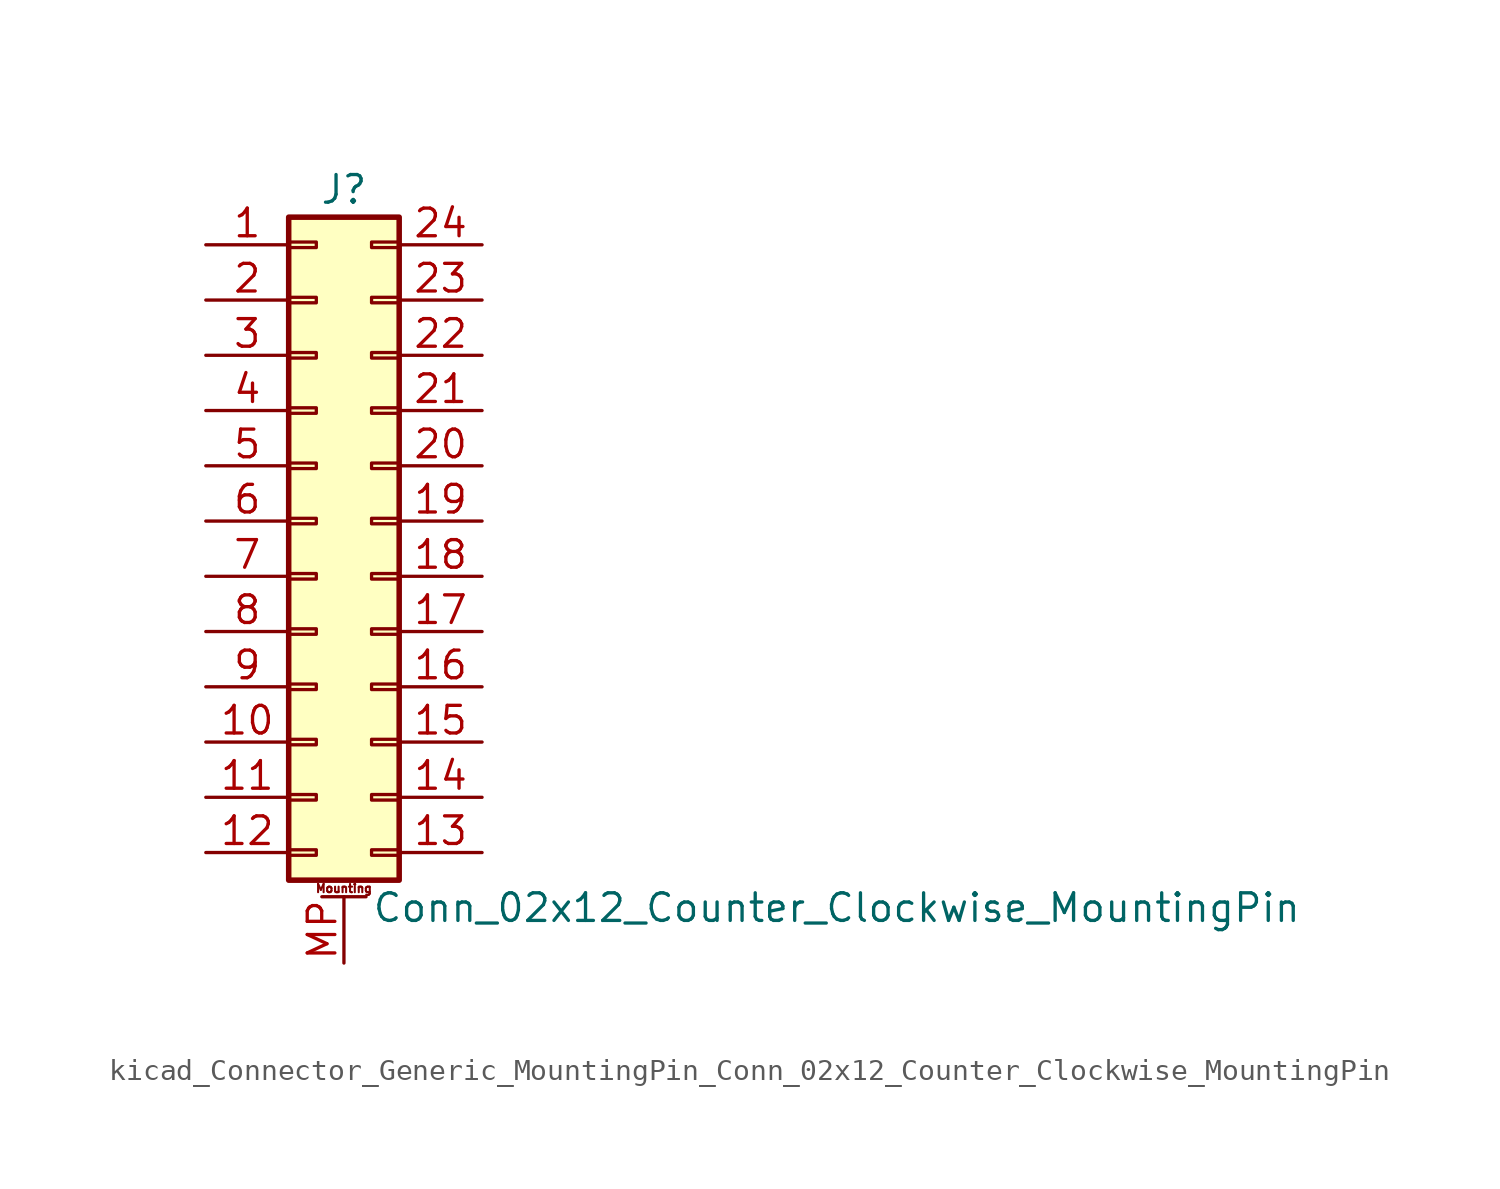
<source format=kicad_sym>
(kicad_symbol_lib
  (version 20220914)
  (generator kicad_symbol_editor)
  (symbol "kicad_Connector_Generic_MountingPin_Conn_02x12_Counter_Clockwise_MountingPin"
    (pin_names
      (offset 1.016) hide)
    (property "Reference" "J"
      (at 1.27 15.24 0)
      (effects (font (size 1.27 1.27))))
    (property "Value" "Conn_02x12_Counter_Clockwise_MountingPin"
      (at 2.54 -17.78 0)
      (effects (font (size 1.27 1.27)) (justify left)))
    (symbol "kicad_Connector_Generic_MountingPin_Conn_02x12_Counter_Clockwise_MountingPin_1_1"
      (rectangle (start -1.27 -15.113) (end 0 -15.367) (stroke (width 0.152) (type default)) (fill (type none)))
      (rectangle (start -1.27 -12.573) (end 0 -12.827) (stroke (width 0.152) (type default)) (fill (type none)))
      (rectangle (start -1.27 -10.033) (end 0 -10.287) (stroke (width 0.152) (type default)) (fill (type none)))
      (rectangle (start -1.27 -7.493) (end 0 -7.747) (stroke (width 0.152) (type default)) (fill (type none)))
      (rectangle (start -1.27 -4.953) (end 0 -5.207) (stroke (width 0.152) (type default)) (fill (type none)))
      (rectangle (start -1.27 -2.413) (end 0 -2.667) (stroke (width 0.152) (type default)) (fill (type none)))
      (rectangle (start -1.27 0.127) (end 0 -0.127) (stroke (width 0.152) (type default)) (fill (type none)))
      (rectangle (start -1.27 2.667) (end 0 2.413) (stroke (width 0.152) (type default)) (fill (type none)))
      (rectangle (start -1.27 5.207) (end 0 4.953) (stroke (width 0.152) (type default)) (fill (type none)))
      (rectangle (start -1.27 7.747) (end 0 7.493) (stroke (width 0.152) (type default)) (fill (type none)))
      (rectangle (start -1.27 10.287) (end 0 10.033) (stroke (width 0.152) (type default)) (fill (type none)))
      (rectangle (start -1.27 12.827) (end 0 12.573) (stroke (width 0.152) (type default)) (fill (type none)))
      (rectangle (start -1.27 13.97) (end 3.81 -16.51) (stroke (width 0.254) (type default)) (fill (type background)))
      (polyline (pts (xy 0.254 -17.272) (xy 2.286 -17.272)) (stroke (width 0.152) (type default)) (fill (type none)))
      (rectangle (start 3.81 -15.113) (end 2.54 -15.367) (stroke (width 0.152) (type default)) (fill (type none)))
      (rectangle (start 3.81 -12.573) (end 2.54 -12.827) (stroke (width 0.152) (type default)) (fill (type none)))
      (rectangle (start 3.81 -10.033) (end 2.54 -10.287) (stroke (width 0.152) (type default)) (fill (type none)))
      (rectangle (start 3.81 -7.493) (end 2.54 -7.747) (stroke (width 0.152) (type default)) (fill (type none)))
      (rectangle (start 3.81 -4.953) (end 2.54 -5.207) (stroke (width 0.152) (type default)) (fill (type none)))
      (rectangle (start 3.81 -2.413) (end 2.54 -2.667) (stroke (width 0.152) (type default)) (fill (type none)))
      (rectangle (start 3.81 0.127) (end 2.54 -0.127) (stroke (width 0.152) (type default)) (fill (type none)))
      (rectangle (start 3.81 2.667) (end 2.54 2.413) (stroke (width 0.152) (type default)) (fill (type none)))
      (rectangle (start 3.81 5.207) (end 2.54 4.953) (stroke (width 0.152) (type default)) (fill (type none)))
      (rectangle (start 3.81 7.747) (end 2.54 7.493) (stroke (width 0.152) (type default)) (fill (type none)))
      (rectangle (start 3.81 10.287) (end 2.54 10.033) (stroke (width 0.152) (type default)) (fill (type none)))
      (rectangle (start 3.81 12.827) (end 2.54 12.573) (stroke (width 0.152) (type default)) (fill (type none)))
      (text "Mounting" (at 1.27 -16.891 0) (effects (font (size 0.381 0.381))))
      (pin passive line (at -5.08 12.7 0) (length 3.81) (name "Pin_1" (effects (font (size 1.27 1.27)))) (number "1" (effects (font (size 1.27 1.27)))))
      (pin passive line (at -5.08 -10.16 0) (length 3.81) (name "Pin_10" (effects (font (size 1.27 1.27)))) (number "10" (effects (font (size 1.27 1.27)))))
      (pin passive line (at -5.08 -12.7 0) (length 3.81) (name "Pin_11" (effects (font (size 1.27 1.27)))) (number "11" (effects (font (size 1.27 1.27)))))
      (pin passive line (at -5.08 -15.24 0) (length 3.81) (name "Pin_12" (effects (font (size 1.27 1.27)))) (number "12" (effects (font (size 1.27 1.27)))))
      (pin passive line (at 7.62 -15.24 180) (length 3.81) (name "Pin_13" (effects (font (size 1.27 1.27)))) (number "13" (effects (font (size 1.27 1.27)))))
      (pin passive line (at 7.62 -12.7 180) (length 3.81) (name "Pin_14" (effects (font (size 1.27 1.27)))) (number "14" (effects (font (size 1.27 1.27)))))
      (pin passive line (at 7.62 -10.16 180) (length 3.81) (name "Pin_15" (effects (font (size 1.27 1.27)))) (number "15" (effects (font (size 1.27 1.27)))))
      (pin passive line (at 7.62 -7.62 180) (length 3.81) (name "Pin_16" (effects (font (size 1.27 1.27)))) (number "16" (effects (font (size 1.27 1.27)))))
      (pin passive line (at 7.62 -5.08 180) (length 3.81) (name "Pin_17" (effects (font (size 1.27 1.27)))) (number "17" (effects (font (size 1.27 1.27)))))
      (pin passive line (at 7.62 -2.54 180) (length 3.81) (name "Pin_18" (effects (font (size 1.27 1.27)))) (number "18" (effects (font (size 1.27 1.27)))))
      (pin passive line (at 7.62 0 180) (length 3.81) (name "Pin_19" (effects (font (size 1.27 1.27)))) (number "19" (effects (font (size 1.27 1.27)))))
      (pin passive line (at -5.08 10.16 0) (length 3.81) (name "Pin_2" (effects (font (size 1.27 1.27)))) (number "2" (effects (font (size 1.27 1.27)))))
      (pin passive line (at 7.62 2.54 180) (length 3.81) (name "Pin_20" (effects (font (size 1.27 1.27)))) (number "20" (effects (font (size 1.27 1.27)))))
      (pin passive line (at 7.62 5.08 180) (length 3.81) (name "Pin_21" (effects (font (size 1.27 1.27)))) (number "21" (effects (font (size 1.27 1.27)))))
      (pin passive line (at 7.62 7.62 180) (length 3.81) (name "Pin_22" (effects (font (size 1.27 1.27)))) (number "22" (effects (font (size 1.27 1.27)))))
      (pin passive line (at 7.62 10.16 180) (length 3.81) (name "Pin_23" (effects (font (size 1.27 1.27)))) (number "23" (effects (font (size 1.27 1.27)))))
      (pin passive line (at 7.62 12.7 180) (length 3.81) (name "Pin_24" (effects (font (size 1.27 1.27)))) (number "24" (effects (font (size 1.27 1.27)))))
      (pin passive line (at -5.08 7.62 0) (length 3.81) (name "Pin_3" (effects (font (size 1.27 1.27)))) (number "3" (effects (font (size 1.27 1.27)))))
      (pin passive line (at -5.08 5.08 0) (length 3.81) (name "Pin_4" (effects (font (size 1.27 1.27)))) (number "4" (effects (font (size 1.27 1.27)))))
      (pin passive line (at -5.08 2.54 0) (length 3.81) (name "Pin_5" (effects (font (size 1.27 1.27)))) (number "5" (effects (font (size 1.27 1.27)))))
      (pin passive line (at -5.08 0 0) (length 3.81) (name "Pin_6" (effects (font (size 1.27 1.27)))) (number "6" (effects (font (size 1.27 1.27)))))
      (pin passive line (at -5.08 -2.54 0) (length 3.81) (name "Pin_7" (effects (font (size 1.27 1.27)))) (number "7" (effects (font (size 1.27 1.27)))))
      (pin passive line (at -5.08 -5.08 0) (length 3.81) (name "Pin_8" (effects (font (size 1.27 1.27)))) (number "8" (effects (font (size 1.27 1.27)))))
      (pin passive line (at -5.08 -7.62 0) (length 3.81) (name "Pin_9" (effects (font (size 1.27 1.27)))) (number "9" (effects (font (size 1.27 1.27)))))
      (pin passive line (at 1.27 -20.32 90) (length 3.048) (name "MountPin" (effects (font (size 1.27 1.27)))) (number "MP" (effects (font (size 1.27 1.27))))))))
</source>
